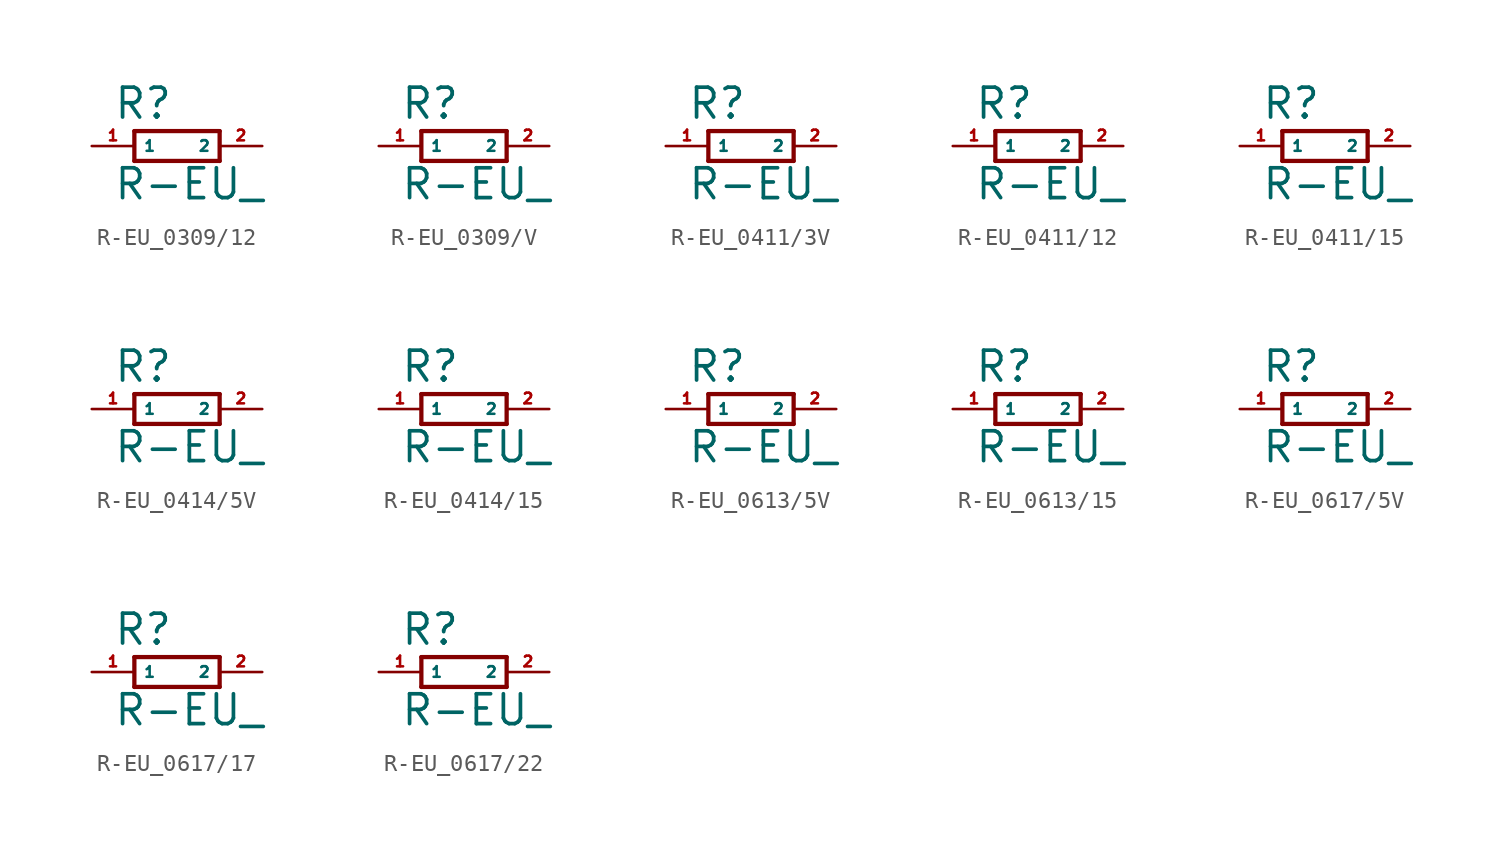
<source format=kicad_sym>
(kicad_symbol_lib
  (version 20220914)
  (generator Eagle2Kicad)
  (symbol "R-EU_0309/12"
    (property "Reference" "R"
      (at -3.81 1.499 0)
      (effects (font (size 1.778 1.778) (thickness 0.22)) (justify left bottom)))
    (property "Value" "R-EU_"
      (at -3.81 -3.302 0)
      (effects (font (size 1.778 1.778) (thickness 0.22)) (justify left bottom)))
    (polyline
      (pts (xy -2.54 -0.889) (xy 2.54 -0.889))
      (stroke (width 0.254) (type default))
      (fill (type none)))
    (polyline
      (pts (xy 2.54 0.889) (xy -2.54 0.889))
      (stroke (width 0.254) (type default))
      (fill (type none)))
    (polyline
      (pts (xy 2.54 -0.889) (xy 2.54 0.889))
      (stroke (width 0.254) (type default))
      (fill (type none)))
    (polyline
      (pts (xy -2.54 -0.889) (xy -2.54 0.889))
      (stroke (width 0.254) (type default))
      (fill (type none)))
    (pin passive line
      (at 5.08 0 180)
      (length 2.54)
      (name "2" (effects (font (size 0.635 0.635) (thickness 0.08)) (justify left bottom)))
      (number "2" (effects (font (size 0.635 0.635) (thickness 0.08)) (justify left bottom))))
    (pin passive line
      (at -5.08 0 0)
      (length 2.54)
      (name "1" (effects (font (size 0.635 0.635) (thickness 0.08)) (justify left bottom)))
      (number "1" (effects (font (size 0.635 0.635) (thickness 0.08)) (justify left bottom)))))
  (symbol "R-EU_0309/V"
    (property "Reference" "R"
      (at -3.81 1.499 0)
      (effects (font (size 1.778 1.778) (thickness 0.22)) (justify left bottom)))
    (property "Value" "R-EU_"
      (at -3.81 -3.302 0)
      (effects (font (size 1.778 1.778) (thickness 0.22)) (justify left bottom)))
    (polyline
      (pts (xy -2.54 -0.889) (xy 2.54 -0.889))
      (stroke (width 0.254) (type default))
      (fill (type none)))
    (polyline
      (pts (xy 2.54 0.889) (xy -2.54 0.889))
      (stroke (width 0.254) (type default))
      (fill (type none)))
    (polyline
      (pts (xy 2.54 -0.889) (xy 2.54 0.889))
      (stroke (width 0.254) (type default))
      (fill (type none)))
    (polyline
      (pts (xy -2.54 -0.889) (xy -2.54 0.889))
      (stroke (width 0.254) (type default))
      (fill (type none)))
    (pin passive line
      (at 5.08 0 180)
      (length 2.54)
      (name "2" (effects (font (size 0.635 0.635) (thickness 0.08)) (justify left bottom)))
      (number "2" (effects (font (size 0.635 0.635) (thickness 0.08)) (justify left bottom))))
    (pin passive line
      (at -5.08 0 0)
      (length 2.54)
      (name "1" (effects (font (size 0.635 0.635) (thickness 0.08)) (justify left bottom)))
      (number "1" (effects (font (size 0.635 0.635) (thickness 0.08)) (justify left bottom)))))
  (symbol "R-EU_0411/3V"
    (property "Reference" "R"
      (at -3.81 1.499 0)
      (effects (font (size 1.778 1.778) (thickness 0.22)) (justify left bottom)))
    (property "Value" "R-EU_"
      (at -3.81 -3.302 0)
      (effects (font (size 1.778 1.778) (thickness 0.22)) (justify left bottom)))
    (polyline
      (pts (xy -2.54 -0.889) (xy 2.54 -0.889))
      (stroke (width 0.254) (type default))
      (fill (type none)))
    (polyline
      (pts (xy 2.54 0.889) (xy -2.54 0.889))
      (stroke (width 0.254) (type default))
      (fill (type none)))
    (polyline
      (pts (xy 2.54 -0.889) (xy 2.54 0.889))
      (stroke (width 0.254) (type default))
      (fill (type none)))
    (polyline
      (pts (xy -2.54 -0.889) (xy -2.54 0.889))
      (stroke (width 0.254) (type default))
      (fill (type none)))
    (pin passive line
      (at 5.08 0 180)
      (length 2.54)
      (name "2" (effects (font (size 0.635 0.635) (thickness 0.08)) (justify left bottom)))
      (number "2" (effects (font (size 0.635 0.635) (thickness 0.08)) (justify left bottom))))
    (pin passive line
      (at -5.08 0 0)
      (length 2.54)
      (name "1" (effects (font (size 0.635 0.635) (thickness 0.08)) (justify left bottom)))
      (number "1" (effects (font (size 0.635 0.635) (thickness 0.08)) (justify left bottom)))))
  (symbol "R-EU_0411/12"
    (property "Reference" "R"
      (at -3.81 1.499 0)
      (effects (font (size 1.778 1.778) (thickness 0.22)) (justify left bottom)))
    (property "Value" "R-EU_"
      (at -3.81 -3.302 0)
      (effects (font (size 1.778 1.778) (thickness 0.22)) (justify left bottom)))
    (polyline
      (pts (xy -2.54 -0.889) (xy 2.54 -0.889))
      (stroke (width 0.254) (type default))
      (fill (type none)))
    (polyline
      (pts (xy 2.54 0.889) (xy -2.54 0.889))
      (stroke (width 0.254) (type default))
      (fill (type none)))
    (polyline
      (pts (xy 2.54 -0.889) (xy 2.54 0.889))
      (stroke (width 0.254) (type default))
      (fill (type none)))
    (polyline
      (pts (xy -2.54 -0.889) (xy -2.54 0.889))
      (stroke (width 0.254) (type default))
      (fill (type none)))
    (pin passive line
      (at 5.08 0 180)
      (length 2.54)
      (name "2" (effects (font (size 0.635 0.635) (thickness 0.08)) (justify left bottom)))
      (number "2" (effects (font (size 0.635 0.635) (thickness 0.08)) (justify left bottom))))
    (pin passive line
      (at -5.08 0 0)
      (length 2.54)
      (name "1" (effects (font (size 0.635 0.635) (thickness 0.08)) (justify left bottom)))
      (number "1" (effects (font (size 0.635 0.635) (thickness 0.08)) (justify left bottom)))))
  (symbol "R-EU_0411/15"
    (property "Reference" "R"
      (at -3.81 1.499 0)
      (effects (font (size 1.778 1.778) (thickness 0.22)) (justify left bottom)))
    (property "Value" "R-EU_"
      (at -3.81 -3.302 0)
      (effects (font (size 1.778 1.778) (thickness 0.22)) (justify left bottom)))
    (polyline
      (pts (xy -2.54 -0.889) (xy 2.54 -0.889))
      (stroke (width 0.254) (type default))
      (fill (type none)))
    (polyline
      (pts (xy 2.54 0.889) (xy -2.54 0.889))
      (stroke (width 0.254) (type default))
      (fill (type none)))
    (polyline
      (pts (xy 2.54 -0.889) (xy 2.54 0.889))
      (stroke (width 0.254) (type default))
      (fill (type none)))
    (polyline
      (pts (xy -2.54 -0.889) (xy -2.54 0.889))
      (stroke (width 0.254) (type default))
      (fill (type none)))
    (pin passive line
      (at 5.08 0 180)
      (length 2.54)
      (name "2" (effects (font (size 0.635 0.635) (thickness 0.08)) (justify left bottom)))
      (number "2" (effects (font (size 0.635 0.635) (thickness 0.08)) (justify left bottom))))
    (pin passive line
      (at -5.08 0 0)
      (length 2.54)
      (name "1" (effects (font (size 0.635 0.635) (thickness 0.08)) (justify left bottom)))
      (number "1" (effects (font (size 0.635 0.635) (thickness 0.08)) (justify left bottom)))))
  (symbol "R-EU_0414/5V"
    (property "Reference" "R"
      (at -3.81 1.499 0)
      (effects (font (size 1.778 1.778) (thickness 0.22)) (justify left bottom)))
    (property "Value" "R-EU_"
      (at -3.81 -3.302 0)
      (effects (font (size 1.778 1.778) (thickness 0.22)) (justify left bottom)))
    (polyline
      (pts (xy -2.54 -0.889) (xy 2.54 -0.889))
      (stroke (width 0.254) (type default))
      (fill (type none)))
    (polyline
      (pts (xy 2.54 0.889) (xy -2.54 0.889))
      (stroke (width 0.254) (type default))
      (fill (type none)))
    (polyline
      (pts (xy 2.54 -0.889) (xy 2.54 0.889))
      (stroke (width 0.254) (type default))
      (fill (type none)))
    (polyline
      (pts (xy -2.54 -0.889) (xy -2.54 0.889))
      (stroke (width 0.254) (type default))
      (fill (type none)))
    (pin passive line
      (at 5.08 0 180)
      (length 2.54)
      (name "2" (effects (font (size 0.635 0.635) (thickness 0.08)) (justify left bottom)))
      (number "2" (effects (font (size 0.635 0.635) (thickness 0.08)) (justify left bottom))))
    (pin passive line
      (at -5.08 0 0)
      (length 2.54)
      (name "1" (effects (font (size 0.635 0.635) (thickness 0.08)) (justify left bottom)))
      (number "1" (effects (font (size 0.635 0.635) (thickness 0.08)) (justify left bottom)))))
  (symbol "R-EU_0414/15"
    (property "Reference" "R"
      (at -3.81 1.499 0)
      (effects (font (size 1.778 1.778) (thickness 0.22)) (justify left bottom)))
    (property "Value" "R-EU_"
      (at -3.81 -3.302 0)
      (effects (font (size 1.778 1.778) (thickness 0.22)) (justify left bottom)))
    (polyline
      (pts (xy -2.54 -0.889) (xy 2.54 -0.889))
      (stroke (width 0.254) (type default))
      (fill (type none)))
    (polyline
      (pts (xy 2.54 0.889) (xy -2.54 0.889))
      (stroke (width 0.254) (type default))
      (fill (type none)))
    (polyline
      (pts (xy 2.54 -0.889) (xy 2.54 0.889))
      (stroke (width 0.254) (type default))
      (fill (type none)))
    (polyline
      (pts (xy -2.54 -0.889) (xy -2.54 0.889))
      (stroke (width 0.254) (type default))
      (fill (type none)))
    (pin passive line
      (at 5.08 0 180)
      (length 2.54)
      (name "2" (effects (font (size 0.635 0.635) (thickness 0.08)) (justify left bottom)))
      (number "2" (effects (font (size 0.635 0.635) (thickness 0.08)) (justify left bottom))))
    (pin passive line
      (at -5.08 0 0)
      (length 2.54)
      (name "1" (effects (font (size 0.635 0.635) (thickness 0.08)) (justify left bottom)))
      (number "1" (effects (font (size 0.635 0.635) (thickness 0.08)) (justify left bottom)))))
  (symbol "R-EU_0613/5V"
    (property "Reference" "R"
      (at -3.81 1.499 0)
      (effects (font (size 1.778 1.778) (thickness 0.22)) (justify left bottom)))
    (property "Value" "R-EU_"
      (at -3.81 -3.302 0)
      (effects (font (size 1.778 1.778) (thickness 0.22)) (justify left bottom)))
    (polyline
      (pts (xy -2.54 -0.889) (xy 2.54 -0.889))
      (stroke (width 0.254) (type default))
      (fill (type none)))
    (polyline
      (pts (xy 2.54 0.889) (xy -2.54 0.889))
      (stroke (width 0.254) (type default))
      (fill (type none)))
    (polyline
      (pts (xy 2.54 -0.889) (xy 2.54 0.889))
      (stroke (width 0.254) (type default))
      (fill (type none)))
    (polyline
      (pts (xy -2.54 -0.889) (xy -2.54 0.889))
      (stroke (width 0.254) (type default))
      (fill (type none)))
    (pin passive line
      (at 5.08 0 180)
      (length 2.54)
      (name "2" (effects (font (size 0.635 0.635) (thickness 0.08)) (justify left bottom)))
      (number "2" (effects (font (size 0.635 0.635) (thickness 0.08)) (justify left bottom))))
    (pin passive line
      (at -5.08 0 0)
      (length 2.54)
      (name "1" (effects (font (size 0.635 0.635) (thickness 0.08)) (justify left bottom)))
      (number "1" (effects (font (size 0.635 0.635) (thickness 0.08)) (justify left bottom)))))
  (symbol "R-EU_0613/15"
    (property "Reference" "R"
      (at -3.81 1.499 0)
      (effects (font (size 1.778 1.778) (thickness 0.22)) (justify left bottom)))
    (property "Value" "R-EU_"
      (at -3.81 -3.302 0)
      (effects (font (size 1.778 1.778) (thickness 0.22)) (justify left bottom)))
    (polyline
      (pts (xy -2.54 -0.889) (xy 2.54 -0.889))
      (stroke (width 0.254) (type default))
      (fill (type none)))
    (polyline
      (pts (xy 2.54 0.889) (xy -2.54 0.889))
      (stroke (width 0.254) (type default))
      (fill (type none)))
    (polyline
      (pts (xy 2.54 -0.889) (xy 2.54 0.889))
      (stroke (width 0.254) (type default))
      (fill (type none)))
    (polyline
      (pts (xy -2.54 -0.889) (xy -2.54 0.889))
      (stroke (width 0.254) (type default))
      (fill (type none)))
    (pin passive line
      (at 5.08 0 180)
      (length 2.54)
      (name "2" (effects (font (size 0.635 0.635) (thickness 0.08)) (justify left bottom)))
      (number "2" (effects (font (size 0.635 0.635) (thickness 0.08)) (justify left bottom))))
    (pin passive line
      (at -5.08 0 0)
      (length 2.54)
      (name "1" (effects (font (size 0.635 0.635) (thickness 0.08)) (justify left bottom)))
      (number "1" (effects (font (size 0.635 0.635) (thickness 0.08)) (justify left bottom)))))
  (symbol "R-EU_0617/5V"
    (property "Reference" "R"
      (at -3.81 1.499 0)
      (effects (font (size 1.778 1.778) (thickness 0.22)) (justify left bottom)))
    (property "Value" "R-EU_"
      (at -3.81 -3.302 0)
      (effects (font (size 1.778 1.778) (thickness 0.22)) (justify left bottom)))
    (polyline
      (pts (xy -2.54 -0.889) (xy 2.54 -0.889))
      (stroke (width 0.254) (type default))
      (fill (type none)))
    (polyline
      (pts (xy 2.54 0.889) (xy -2.54 0.889))
      (stroke (width 0.254) (type default))
      (fill (type none)))
    (polyline
      (pts (xy 2.54 -0.889) (xy 2.54 0.889))
      (stroke (width 0.254) (type default))
      (fill (type none)))
    (polyline
      (pts (xy -2.54 -0.889) (xy -2.54 0.889))
      (stroke (width 0.254) (type default))
      (fill (type none)))
    (pin passive line
      (at 5.08 0 180)
      (length 2.54)
      (name "2" (effects (font (size 0.635 0.635) (thickness 0.08)) (justify left bottom)))
      (number "2" (effects (font (size 0.635 0.635) (thickness 0.08)) (justify left bottom))))
    (pin passive line
      (at -5.08 0 0)
      (length 2.54)
      (name "1" (effects (font (size 0.635 0.635) (thickness 0.08)) (justify left bottom)))
      (number "1" (effects (font (size 0.635 0.635) (thickness 0.08)) (justify left bottom)))))
  (symbol "R-EU_0617/17"
    (property "Reference" "R"
      (at -3.81 1.499 0)
      (effects (font (size 1.778 1.778) (thickness 0.22)) (justify left bottom)))
    (property "Value" "R-EU_"
      (at -3.81 -3.302 0)
      (effects (font (size 1.778 1.778) (thickness 0.22)) (justify left bottom)))
    (polyline
      (pts (xy -2.54 -0.889) (xy 2.54 -0.889))
      (stroke (width 0.254) (type default))
      (fill (type none)))
    (polyline
      (pts (xy 2.54 0.889) (xy -2.54 0.889))
      (stroke (width 0.254) (type default))
      (fill (type none)))
    (polyline
      (pts (xy 2.54 -0.889) (xy 2.54 0.889))
      (stroke (width 0.254) (type default))
      (fill (type none)))
    (polyline
      (pts (xy -2.54 -0.889) (xy -2.54 0.889))
      (stroke (width 0.254) (type default))
      (fill (type none)))
    (pin passive line
      (at 5.08 0 180)
      (length 2.54)
      (name "2" (effects (font (size 0.635 0.635) (thickness 0.08)) (justify left bottom)))
      (number "2" (effects (font (size 0.635 0.635) (thickness 0.08)) (justify left bottom))))
    (pin passive line
      (at -5.08 0 0)
      (length 2.54)
      (name "1" (effects (font (size 0.635 0.635) (thickness 0.08)) (justify left bottom)))
      (number "1" (effects (font (size 0.635 0.635) (thickness 0.08)) (justify left bottom)))))
  (symbol "R-EU_0617/22"
    (property "Reference" "R"
      (at -3.81 1.499 0)
      (effects (font (size 1.778 1.778) (thickness 0.22)) (justify left bottom)))
    (property "Value" "R-EU_"
      (at -3.81 -3.302 0)
      (effects (font (size 1.778 1.778) (thickness 0.22)) (justify left bottom)))
    (polyline
      (pts (xy -2.54 -0.889) (xy 2.54 -0.889))
      (stroke (width 0.254) (type default))
      (fill (type none)))
    (polyline
      (pts (xy 2.54 0.889) (xy -2.54 0.889))
      (stroke (width 0.254) (type default))
      (fill (type none)))
    (polyline
      (pts (xy 2.54 -0.889) (xy 2.54 0.889))
      (stroke (width 0.254) (type default))
      (fill (type none)))
    (polyline
      (pts (xy -2.54 -0.889) (xy -2.54 0.889))
      (stroke (width 0.254) (type default))
      (fill (type none)))
    (pin passive line
      (at 5.08 0 180)
      (length 2.54)
      (name "2" (effects (font (size 0.635 0.635) (thickness 0.08)) (justify left bottom)))
      (number "2" (effects (font (size 0.635 0.635) (thickness 0.08)) (justify left bottom))))
    (pin passive line
      (at -5.08 0 0)
      (length 2.54)
      (name "1" (effects (font (size 0.635 0.635) (thickness 0.08)) (justify left bottom)))
      (number "1" (effects (font (size 0.635 0.635) (thickness 0.08)) (justify left bottom))))))
</source>
